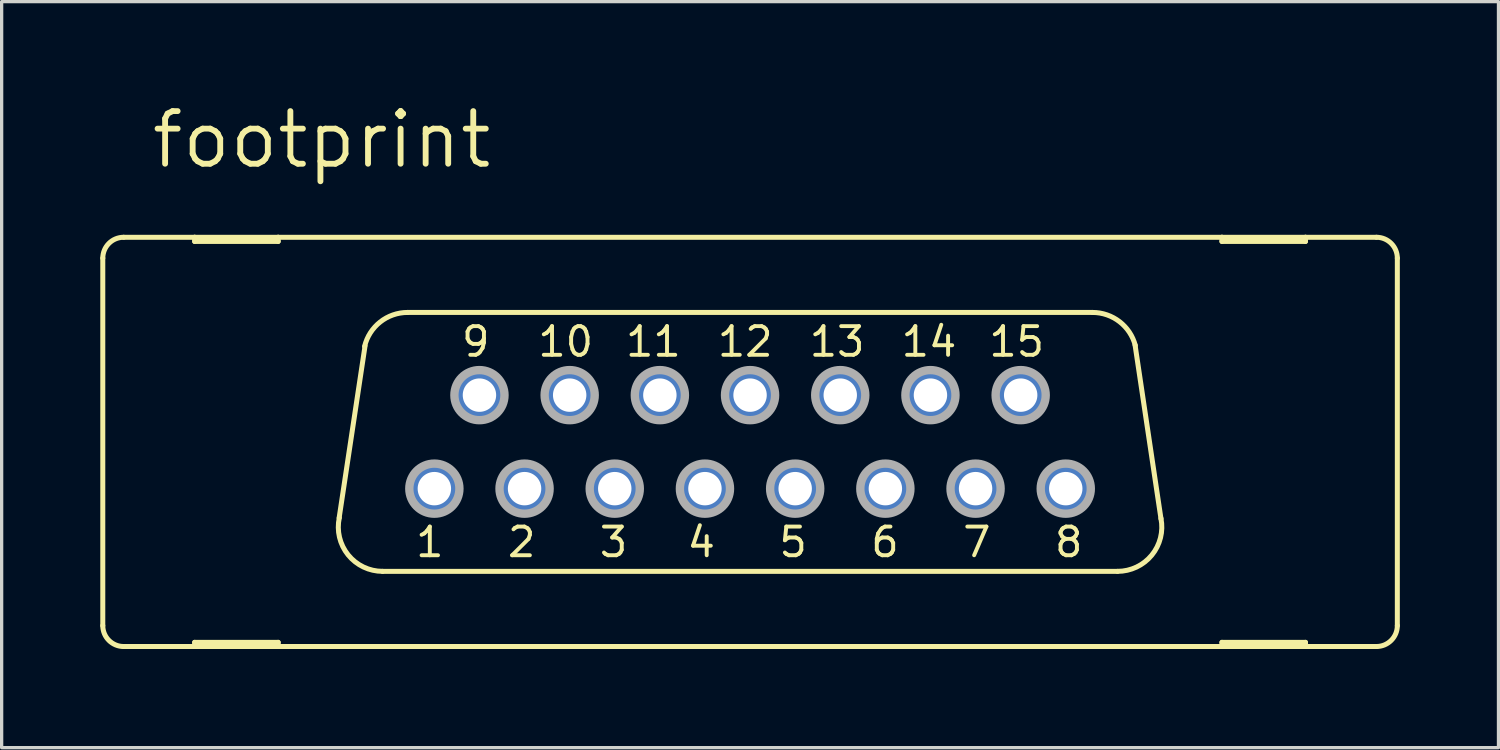
<source format=kicad_pcb>
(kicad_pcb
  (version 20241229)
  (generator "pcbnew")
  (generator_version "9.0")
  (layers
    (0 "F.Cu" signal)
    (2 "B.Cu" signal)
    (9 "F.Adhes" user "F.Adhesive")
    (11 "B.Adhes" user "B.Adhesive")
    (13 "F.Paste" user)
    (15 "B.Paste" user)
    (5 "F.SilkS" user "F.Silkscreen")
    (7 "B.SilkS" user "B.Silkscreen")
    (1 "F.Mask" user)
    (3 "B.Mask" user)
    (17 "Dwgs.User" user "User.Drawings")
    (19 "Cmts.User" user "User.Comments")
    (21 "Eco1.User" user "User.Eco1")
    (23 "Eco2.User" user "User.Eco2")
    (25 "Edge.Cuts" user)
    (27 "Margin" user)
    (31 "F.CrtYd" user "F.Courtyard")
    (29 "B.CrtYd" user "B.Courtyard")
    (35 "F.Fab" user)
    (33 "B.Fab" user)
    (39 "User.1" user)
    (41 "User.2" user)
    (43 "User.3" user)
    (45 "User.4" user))
  (footprint "footprint"
    (layer "F.Cu")
    (at 19.761 10.389)
    (property "Reference" "footprint" (at -18.288 -8.255 0) (layer "F.SilkS") (effects (font (size 1.6 1.6) (thickness 0.178)) (justify left bottom)))
    (fp_line (start -19.685 5.588) (end -19.685 -5.588) (stroke (width 0.152) (type solid)) (layer "F.SilkS"))
    (fp_line (start -19.05 6.223) (end -16.891 6.223) (stroke (width 0.152) (type solid)) (layer "F.SilkS"))
    (fp_line (start -16.891 -6.223) (end -19.05 -6.223) (stroke (width 0.152) (type solid)) (layer "F.SilkS"))
    (fp_line (start -16.891 -6.096) (end -16.891 -6.223) (stroke (width 0.152) (type solid)) (layer "F.SilkS"))
    (fp_line (start -16.891 6.096) (end -16.891 6.223) (stroke (width 0.152) (type solid)) (layer "F.SilkS"))
    (fp_line (start -16.891 6.223) (end -14.351 6.223) (stroke (width 0.152) (type solid)) (layer "F.SilkS"))
    (fp_line (start -14.351 -6.223) (end -16.891 -6.223) (stroke (width 0.152) (type solid)) (layer "F.SilkS"))
    (fp_line (start -14.351 -6.223) (end -14.351 -6.096) (stroke (width 0.152) (type solid)) (layer "F.SilkS"))
    (fp_line (start -14.351 -6.096) (end -16.891 -6.096) (stroke (width 0.152) (type solid)) (layer "F.SilkS"))
    (fp_line (start -14.351 6.096) (end -16.891 6.096) (stroke (width 0.152) (type solid)) (layer "F.SilkS"))
    (fp_line (start -14.351 6.223) (end -14.351 6.096) (stroke (width 0.152) (type solid)) (layer "F.SilkS"))
    (fp_line (start -14.351 6.223) (end 14.351 6.223) (stroke (width 0.152) (type solid)) (layer "F.SilkS"))
    (fp_line (start -12.497 2.311) (end -11.709 -2.921) (stroke (width 0.152) (type solid)) (layer "F.SilkS"))
    (fp_line (start 10.414 -3.937) (end -10.414 -3.937) (stroke (width 0.152) (type solid)) (layer "F.SilkS"))
    (fp_line (start 11.176 3.937) (end -11.176 3.937) (stroke (width 0.152) (type solid)) (layer "F.SilkS"))
    (fp_line (start 11.709 -2.946) (end 12.497 2.337) (stroke (width 0.152) (type solid)) (layer "F.SilkS"))
    (fp_line (start 14.351 -6.223) (end -14.351 -6.223) (stroke (width 0.152) (type solid)) (layer "F.SilkS"))
    (fp_line (start 14.351 -6.096) (end 14.351 -6.223) (stroke (width 0.152) (type solid)) (layer "F.SilkS"))
    (fp_line (start 14.351 6.096) (end 14.351 6.223) (stroke (width 0.152) (type solid)) (layer "F.SilkS"))
    (fp_line (start 14.351 6.223) (end 16.891 6.223) (stroke (width 0.152) (type solid)) (layer "F.SilkS"))
    (fp_line (start 16.891 -6.223) (end 14.351 -6.223) (stroke (width 0.152) (type solid)) (layer "F.SilkS"))
    (fp_line (start 16.891 -6.223) (end 16.891 -6.096) (stroke (width 0.152) (type solid)) (layer "F.SilkS"))
    (fp_line (start 16.891 -6.096) (end 14.351 -6.096) (stroke (width 0.152) (type solid)) (layer "F.SilkS"))
    (fp_line (start 16.891 6.096) (end 14.351 6.096) (stroke (width 0.152) (type solid)) (layer "F.SilkS"))
    (fp_line (start 16.891 6.223) (end 16.891 6.096) (stroke (width 0.152) (type solid)) (layer "F.SilkS"))
    (fp_line (start 16.891 6.223) (end 19.05 6.223) (stroke (width 0.152) (type solid)) (layer "F.SilkS"))
    (fp_line (start 19.05 -6.223) (end 16.891 -6.223) (stroke (width 0.152) (type solid)) (layer "F.SilkS"))
    (fp_line (start 19.685 5.588) (end 19.685 -5.588) (stroke (width 0.152) (type solid)) (layer "F.SilkS"))
    (fp_arc (start -19.685 -5.588) (mid -19.499013 -6.037013) (end -19.05 -6.223) (stroke (width 0.1524) (type solid)) (layer "F.SilkS"))
    (fp_arc (start -19.05 6.223) (mid -19.499013 6.037013) (end -19.685 5.588) (stroke (width 0.1524) (type solid)) (layer "F.SilkS"))
    (fp_arc (start -11.7227 -2.905) (mid -11.247255 -3.647874) (end -10.413999 -3.936999) (stroke (width 0.1524) (type solid)) (layer "F.SilkS"))
    (fp_arc (start -11.175998 3.937) (mid -12.224555 3.435185) (end -12.4915 2.3038) (stroke (width 0.1524) (type solid)) (layer "F.SilkS"))
    (fp_arc (start 10.414 -3.937) (mid 11.2375 -3.655745) (end 11.7169 -2.9295) (stroke (width 0.1524) (type solid)) (layer "F.SilkS"))
    (fp_arc (start 12.4961 2.3268) (mid 12.217082 3.444284) (end 11.176 3.937) (stroke (width 0.1524) (type solid)) (layer "F.SilkS"))
    (fp_arc (start 19.05 -6.223) (mid 19.499013 -6.037013) (end 19.685 -5.588) (stroke (width 0.1524) (type solid)) (layer "F.SilkS"))
    (fp_arc (start 19.685 5.588) (mid 19.499013 6.037013) (end 19.05 6.223) (stroke (width 0.1524) (type solid)) (layer "F.SilkS"))
    (fp_circle (center -9.601 1.422) (end -8.839 1.422) (stroke (width 0.254) (type solid)) (fill no) (layer "F.Fab"))
    (fp_circle (center -8.23 -1.422) (end -7.468 -1.422) (stroke (width 0.254) (type solid)) (fill no) (layer "F.Fab"))
    (fp_circle (center -6.858 1.422) (end -6.096 1.422) (stroke (width 0.254) (type solid)) (fill no) (layer "F.Fab"))
    (fp_circle (center -5.486 -1.422) (end -4.724 -1.422) (stroke (width 0.254) (type solid)) (fill no) (layer "F.Fab"))
    (fp_circle (center -4.115 1.422) (end -3.353 1.422) (stroke (width 0.254) (type solid)) (fill no) (layer "F.Fab"))
    (fp_circle (center -2.743 -1.422) (end -1.981 -1.422) (stroke (width 0.254) (type solid)) (fill no) (layer "F.Fab"))
    (fp_circle (center -1.372 1.422) (end -0.61 1.422) (stroke (width 0.254) (type solid)) (fill no) (layer "F.Fab"))
    (fp_circle (center 0 -1.422) (end 0.762 -1.422) (stroke (width 0.254) (type solid)) (fill no) (layer "F.Fab"))
    (fp_circle (center 1.372 1.422) (end 2.134 1.422) (stroke (width 0.254) (type solid)) (fill no) (layer "F.Fab"))
    (fp_circle (center 2.743 -1.422) (end 3.505 -1.422) (stroke (width 0.254) (type solid)) (fill no) (layer "F.Fab"))
    (fp_circle (center 4.115 1.422) (end 4.877 1.422) (stroke (width 0.254) (type solid)) (fill no) (layer "F.Fab"))
    (fp_circle (center 5.486 -1.422) (end 6.248 -1.422) (stroke (width 0.254) (type solid)) (fill no) (layer "F.Fab"))
    (fp_circle (center 6.858 1.422) (end 7.62 1.422) (stroke (width 0.254) (type solid)) (fill no) (layer "F.Fab"))
    (fp_circle (center 8.23 -1.422) (end 8.992 -1.422) (stroke (width 0.254) (type solid)) (fill no) (layer "F.Fab"))
    (fp_circle (center 9.601 1.422) (end 10.363 1.422) (stroke (width 0.254) (type solid)) (fill no) (layer "F.Fab"))
    (fp_text user "4" (at -0.991 2.54 0) (layer "F.SilkS") (effects (font (size 0.872 0.872) (thickness 0.119)) (justify right top)))
    (fp_text user "9" (at -7.849 -3.556 0) (layer "F.SilkS") (effects (font (size 0.872 0.872) (thickness 0.119)) (justify right top)))
    (fp_text user "10" (at -4.699 -3.556 0) (layer "F.SilkS") (effects (font (size 0.872 0.872) (thickness 0.119)) (justify right top)))
    (fp_text user "7" (at 7.391 2.54 0) (layer "F.SilkS") (effects (font (size 0.872 0.872) (thickness 0.119)) (justify right top)))
    (fp_text user "2" (at -6.452 2.54 0) (layer "F.SilkS") (effects (font (size 0.872 0.872) (thickness 0.119)) (justify right top)))
    (fp_text user "14" (at 6.35 -3.556 0) (layer "F.SilkS") (effects (font (size 0.872 0.872) (thickness 0.119)) (justify right top)))
    (fp_text user "6" (at 4.597 2.54 0) (layer "F.SilkS") (effects (font (size 0.872 0.872) (thickness 0.119)) (justify right top)))
    (fp_text user "8" (at 10.185 2.54 0) (layer "F.SilkS") (effects (font (size 0.872 0.872) (thickness 0.119)) (justify right top)))
    (fp_text user "13" (at 3.556 -3.556 0) (layer "F.SilkS") (effects (font (size 0.872 0.872) (thickness 0.119)) (justify right top)))
    (fp_text user "3" (at -3.658 2.54 0) (layer "F.SilkS") (effects (font (size 0.872 0.872) (thickness 0.119)) (justify right top)))
    (fp_text user "15" (at 9.017 -3.556 0) (layer "F.SilkS") (effects (font (size 0.872 0.872) (thickness 0.119)) (justify right top)))
    (fp_text user "11" (at -2.032 -3.556 0) (layer "F.SilkS") (effects (font (size 0.872 0.872) (thickness 0.119)) (justify right top)))
    (fp_text user "5" (at 1.803 2.54 0) (layer "F.SilkS") (effects (font (size 0.872 0.872) (thickness 0.119)) (justify right top)))
    (fp_text user "1" (at -9.246 2.54 0) (layer "F.SilkS") (effects (font (size 0.872 0.872) (thickness 0.119)) (justify right top)))
    (fp_text user "12" (at 0.762 -3.556 0) (layer "F.SilkS") (effects (font (size 0.872 0.872) (thickness 0.119)) (justify right top)))
    (pad "1" thru_hole roundrect (at -9.601 1.422) (size 1.524 1.524) (drill 1.016) (layers "*.Cu" "*.Mask") (roundrect_rratio 0.25) (chamfer_ratio 0.25) (chamfer top_left top_right bottom_left bottom_right))
    (pad "2" thru_hole roundrect (at -6.858 1.422) (size 1.524 1.524) (drill 1.016) (layers "*.Cu" "*.Mask") (roundrect_rratio 0.25) (chamfer_ratio 0.25) (chamfer top_left top_right bottom_left bottom_right))
    (pad "3" thru_hole roundrect (at -4.115 1.422) (size 1.524 1.524) (drill 1.016) (layers "*.Cu" "*.Mask") (roundrect_rratio 0.25) (chamfer_ratio 0.25) (chamfer top_left top_right bottom_left bottom_right))
    (pad "4" thru_hole roundrect (at -1.372 1.422) (size 1.524 1.524) (drill 1.016) (layers "*.Cu" "*.Mask") (roundrect_rratio 0.25) (chamfer_ratio 0.25) (chamfer top_left top_right bottom_left bottom_right))
    (pad "5" thru_hole roundrect (at 1.372 1.422) (size 1.524 1.524) (drill 1.016) (layers "*.Cu" "*.Mask") (roundrect_rratio 0.25) (chamfer_ratio 0.25) (chamfer top_left top_right bottom_left bottom_right))
    (pad "6" thru_hole roundrect (at 4.115 1.422) (size 1.524 1.524) (drill 1.016) (layers "*.Cu" "*.Mask") (roundrect_rratio 0.25) (chamfer_ratio 0.25) (chamfer top_left top_right bottom_left bottom_right))
    (pad "7" thru_hole roundrect (at 6.858 1.422) (size 1.524 1.524) (drill 1.016) (layers "*.Cu" "*.Mask") (roundrect_rratio 0.25) (chamfer_ratio 0.25) (chamfer top_left top_right bottom_left bottom_right))
    (pad "8" thru_hole roundrect (at 9.601 1.422) (size 1.524 1.524) (drill 1.016) (layers "*.Cu" "*.Mask") (roundrect_rratio 0.25) (chamfer_ratio 0.25) (chamfer top_left top_right bottom_left bottom_right))
    (pad "9" thru_hole roundrect (at -8.23 -1.422) (size 1.524 1.524) (drill 1.016) (layers "*.Cu" "*.Mask") (roundrect_rratio 0.25) (chamfer_ratio 0.25) (chamfer top_left top_right bottom_left bottom_right))
    (pad "10" thru_hole roundrect (at -5.486 -1.422) (size 1.524 1.524) (drill 1.016) (layers "*.Cu" "*.Mask") (roundrect_rratio 0.25) (chamfer_ratio 0.25) (chamfer top_left top_right bottom_left bottom_right))
    (pad "11" thru_hole roundrect (at -2.743 -1.422) (size 1.524 1.524) (drill 1.016) (layers "*.Cu" "*.Mask") (roundrect_rratio 0.25) (chamfer_ratio 0.25) (chamfer top_left top_right bottom_left bottom_right))
    (pad "12" thru_hole roundrect (at 0 -1.422) (size 1.524 1.524) (drill 1.016) (layers "*.Cu" "*.Mask") (roundrect_rratio 0.25) (chamfer_ratio 0.25) (chamfer top_left top_right bottom_left bottom_right))
    (pad "13" thru_hole roundrect (at 2.743 -1.422) (size 1.524 1.524) (drill 1.016) (layers "*.Cu" "*.Mask") (roundrect_rratio 0.25) (chamfer_ratio 0.25) (chamfer top_left top_right bottom_left bottom_right))
    (pad "14" thru_hole roundrect (at 5.486 -1.422) (size 1.524 1.524) (drill 1.016) (layers "*.Cu" "*.Mask") (roundrect_rratio 0.25) (chamfer_ratio 0.25) (chamfer top_left top_right bottom_left bottom_right))
    (pad "15" thru_hole roundrect (at 8.23 -1.422) (size 1.524 1.524) (drill 1.016) (layers "*.Cu" "*.Mask") (roundrect_rratio 0.25) (chamfer_ratio 0.25) (chamfer top_left top_right bottom_left bottom_right)))
  (gr_rect
    (start -3 -3)
    (end 42.522 19.688)
    (stroke (width 0.1) (type default))
    (fill no)
    (layer "Edge.Cuts")))
</source>
